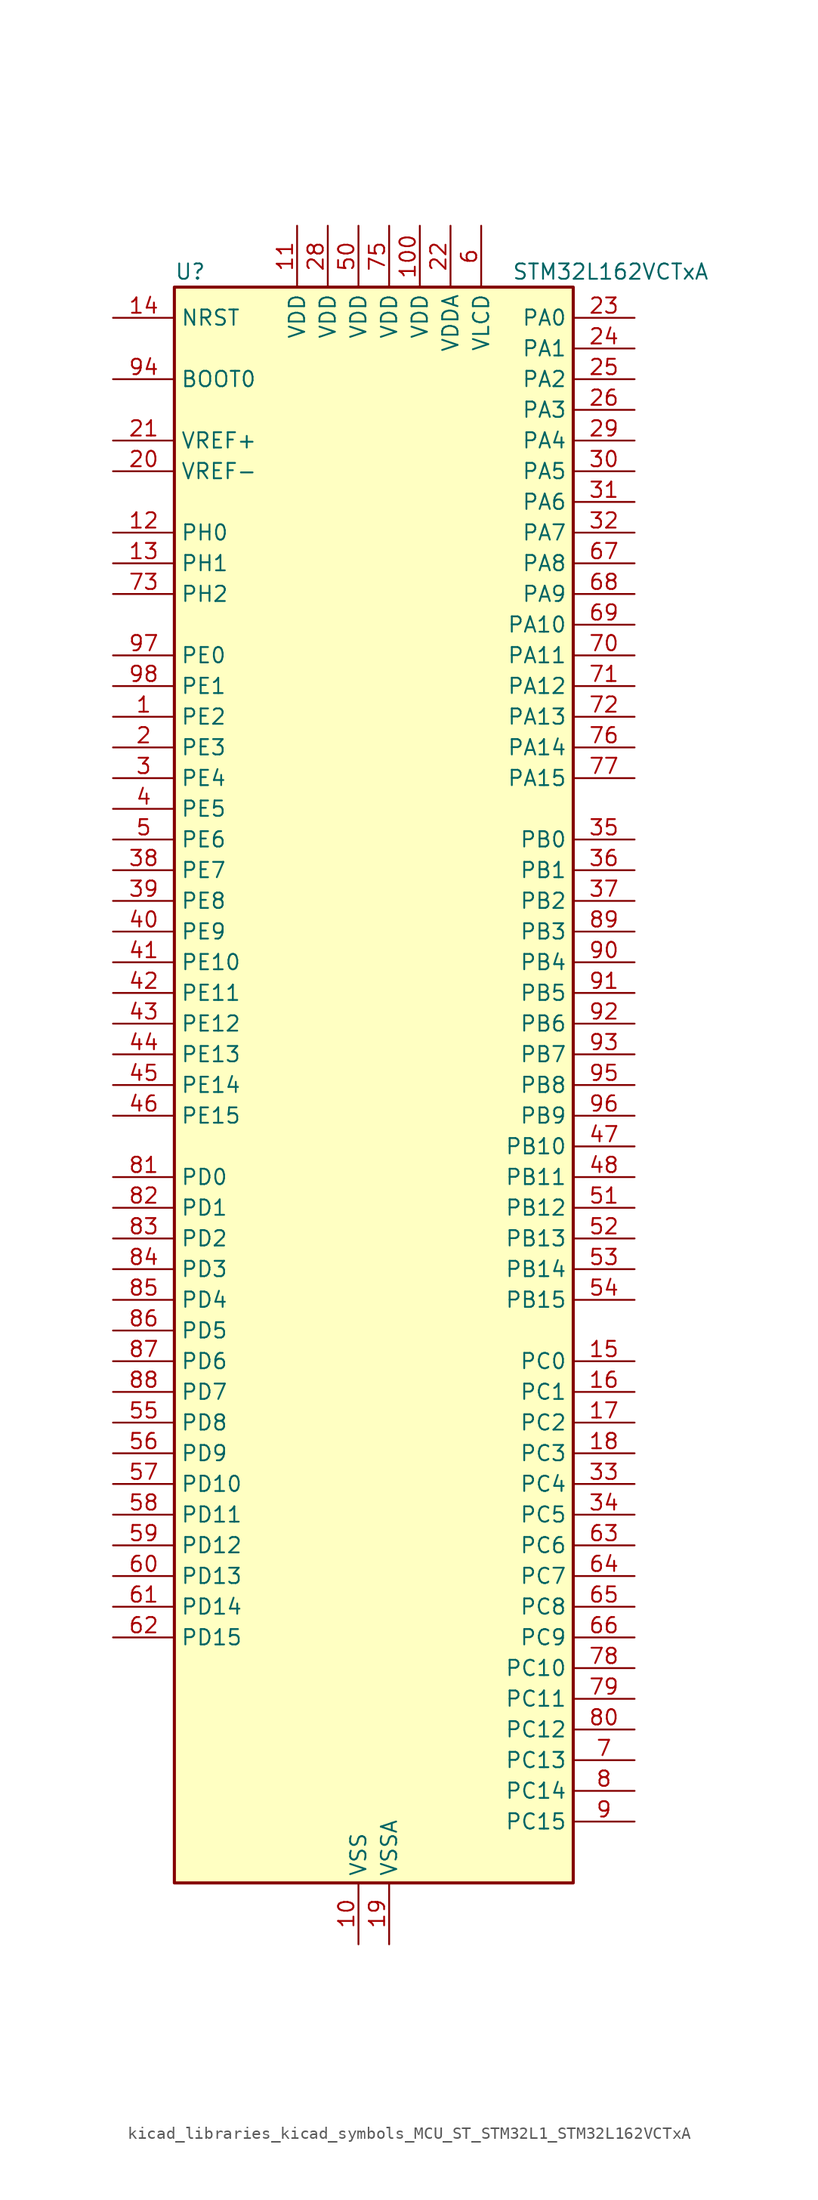
<source format=kicad_sym>
(kicad_symbol_lib
  (version 20220914)
  (generator kicad_symbol_editor)
  (symbol "kicad_libraries_kicad_symbols_MCU_ST_STM32L1_STM32L162VCTxA"
    (property "Reference" "U"
      (at -15.24 67.31 0)
      (effects (font (size 1.27 1.27)) (justify left)))
    (property "Value" "STM32L162VCTxA"
      (at 12.7 67.31 0)
      (effects (font (size 1.27 1.27)) (justify left)))
    (property "ki_locked" ""
      (at 0 0 0)
      (effects (font (size 1.27 1.27))))
    (symbol "kicad_libraries_kicad_symbols_MCU_ST_STM32L1_STM32L162VCTxA_0_1"
      (rectangle (start -15.24 -66.04) (end 17.78 66.04) (stroke (width 0.254) (type default)) (fill (type background))))
    (symbol "kicad_libraries_kicad_symbols_MCU_ST_STM32L1_STM32L162VCTxA_1_1"
      (pin bidirectional line (at -20.32 30.48 0) (length 5.08) (name "PE2" (effects (font (size 1.27 1.27)))) (number "1" (effects (font (size 1.27 1.27)))) (alternate "LCD_SEG38" bidirectional line) (alternate "SYS_TRACECK" bidirectional line) (alternate "TIM3_ETR" bidirectional line) (alternate "TIMX_IC3" bidirectional line))
      (pin power_in line (at 0 -71.12 90) (length 5.08) (name "VSS" (effects (font (size 1.27 1.27)))) (number "10" (effects (font (size 1.27 1.27)))))
      (pin power_in line (at 5.08 71.12 270) (length 5.08) (name "VDD" (effects (font (size 1.27 1.27)))) (number "100" (effects (font (size 1.27 1.27)))))
      (pin power_in line (at -5.08 71.12 270) (length 5.08) (name "VDD" (effects (font (size 1.27 1.27)))) (number "11" (effects (font (size 1.27 1.27)))))
      (pin bidirectional line (at -20.32 45.72 0) (length 5.08) (name "PH0" (effects (font (size 1.27 1.27)))) (number "12" (effects (font (size 1.27 1.27)))) (alternate "RCC_OSC_IN" bidirectional line))
      (pin bidirectional line (at -20.32 43.18 0) (length 5.08) (name "PH1" (effects (font (size 1.27 1.27)))) (number "13" (effects (font (size 1.27 1.27)))) (alternate "RCC_OSC_OUT" bidirectional line))
      (pin input line (at -20.32 63.5 0) (length 5.08) (name "NRST" (effects (font (size 1.27 1.27)))) (number "14" (effects (font (size 1.27 1.27)))))
      (pin bidirectional line (at 22.86 -22.86 180) (length 5.08) (name "PC0" (effects (font (size 1.27 1.27)))) (number "15" (effects (font (size 1.27 1.27)))) (alternate "ADC_IN10" bidirectional line) (alternate "COMP1_INP" bidirectional line) (alternate "LCD_SEG18" bidirectional line) (alternate "TIMX_IC1" bidirectional line) (alternate "TS_G8_IO1" bidirectional line))
      (pin bidirectional line (at 22.86 -25.4 180) (length 5.08) (name "PC1" (effects (font (size 1.27 1.27)))) (number "16" (effects (font (size 1.27 1.27)))) (alternate "ADC_IN11" bidirectional line) (alternate "COMP1_INP" bidirectional line) (alternate "LCD_SEG19" bidirectional line) (alternate "TIMX_IC2" bidirectional line) (alternate "TS_G8_IO2" bidirectional line))
      (pin bidirectional line (at 22.86 -27.94 180) (length 5.08) (name "PC2" (effects (font (size 1.27 1.27)))) (number "17" (effects (font (size 1.27 1.27)))) (alternate "ADC_IN12" bidirectional line) (alternate "COMP1_INP" bidirectional line) (alternate "LCD_SEG20" bidirectional line) (alternate "TIMX_IC3" bidirectional line) (alternate "TS_G8_IO3" bidirectional line))
      (pin bidirectional line (at 22.86 -30.48 180) (length 5.08) (name "PC3" (effects (font (size 1.27 1.27)))) (number "18" (effects (font (size 1.27 1.27)))) (alternate "ADC_IN13" bidirectional line) (alternate "COMP1_INP" bidirectional line) (alternate "LCD_SEG21" bidirectional line) (alternate "TIMX_IC4" bidirectional line) (alternate "TS_G8_IO4" bidirectional line))
      (pin power_in line (at 2.54 -71.12 90) (length 5.08) (name "VSSA" (effects (font (size 1.27 1.27)))) (number "19" (effects (font (size 1.27 1.27)))))
      (pin bidirectional line (at -20.32 27.94 0) (length 5.08) (name "PE3" (effects (font (size 1.27 1.27)))) (number "2" (effects (font (size 1.27 1.27)))) (alternate "LCD_SEG39" bidirectional line) (alternate "SYS_TRACED0" bidirectional line) (alternate "TIM3_CH1" bidirectional line) (alternate "TIMX_IC4" bidirectional line))
      (pin input line (at -20.32 50.8 0) (length 5.08) (name "VREF-" (effects (font (size 1.27 1.27)))) (number "20" (effects (font (size 1.27 1.27)))))
      (pin input line (at -20.32 53.34 0) (length 5.08) (name "VREF+" (effects (font (size 1.27 1.27)))) (number "21" (effects (font (size 1.27 1.27)))))
      (pin power_in line (at 7.62 71.12 270) (length 5.08) (name "VDDA" (effects (font (size 1.27 1.27)))) (number "22" (effects (font (size 1.27 1.27)))))
      (pin bidirectional line (at 22.86 63.5 180) (length 5.08) (name "PA0" (effects (font (size 1.27 1.27)))) (number "23" (effects (font (size 1.27 1.27)))) (alternate "ADC_IN0" bidirectional line) (alternate "COMP1_INP" bidirectional line) (alternate "RTC_TAMP2" bidirectional line) (alternate "SYS_WKUP1" bidirectional line) (alternate "TIM2_CH1" bidirectional line) (alternate "TIM2_ETR" bidirectional line) (alternate "TIM5_CH1" bidirectional line) (alternate "TIMX_IC1" bidirectional line) (alternate "TS_G1_IO1" bidirectional line) (alternate "USART2_CTS" bidirectional line))
      (pin bidirectional line (at 22.86 60.96 180) (length 5.08) (name "PA1" (effects (font (size 1.27 1.27)))) (number "24" (effects (font (size 1.27 1.27)))) (alternate "ADC_IN1" bidirectional line) (alternate "COMP1_INP" bidirectional line) (alternate "LCD_SEG0" bidirectional line) (alternate "OPAMP1_VINP" bidirectional line) (alternate "TIM2_CH2" bidirectional line) (alternate "TIM5_CH2" bidirectional line) (alternate "TIMX_IC2" bidirectional line) (alternate "TS_G1_IO2" bidirectional line) (alternate "USART2_RTS" bidirectional line))
      (pin bidirectional line (at 22.86 58.42 180) (length 5.08) (name "PA2" (effects (font (size 1.27 1.27)))) (number "25" (effects (font (size 1.27 1.27)))) (alternate "ADC_IN2" bidirectional line) (alternate "COMP1_INP" bidirectional line) (alternate "LCD_SEG1" bidirectional line) (alternate "OPAMP1_VINM" bidirectional line) (alternate "TIM2_CH3" bidirectional line) (alternate "TIM5_CH3" bidirectional line) (alternate "TIM9_CH1" bidirectional line) (alternate "TIMX_IC3" bidirectional line) (alternate "TS_G1_IO3" bidirectional line) (alternate "USART2_TX" bidirectional line))
      (pin bidirectional line (at 22.86 55.88 180) (length 5.08) (name "PA3" (effects (font (size 1.27 1.27)))) (number "26" (effects (font (size 1.27 1.27)))) (alternate "ADC_IN3" bidirectional line) (alternate "COMP1_INP" bidirectional line) (alternate "LCD_SEG2" bidirectional line) (alternate "OPAMP1_VOUT" bidirectional line) (alternate "TIM2_CH4" bidirectional line) (alternate "TIM5_CH4" bidirectional line) (alternate "TIM9_CH2" bidirectional line) (alternate "TIMX_IC4" bidirectional line) (alternate "TS_G1_IO4" bidirectional line) (alternate "USART2_RX" bidirectional line))
      (pin passive line (at 0 -71.12 90) (length 5.08) hide (name "VSS" (effects (font (size 1.27 1.27)))) (number "27" (effects (font (size 1.27 1.27)))))
      (pin power_in line (at -2.54 71.12 270) (length 5.08) (name "VDD" (effects (font (size 1.27 1.27)))) (number "28" (effects (font (size 1.27 1.27)))))
      (pin bidirectional line (at 22.86 53.34 180) (length 5.08) (name "PA4" (effects (font (size 1.27 1.27)))) (number "29" (effects (font (size 1.27 1.27)))) (alternate "ADC_IN4" bidirectional line) (alternate "COMP1_INP" bidirectional line) (alternate "DAC_OUT1" bidirectional line) (alternate "I2S3_WS" bidirectional line) (alternate "SPI1_NSS" bidirectional line) (alternate "SPI3_NSS" bidirectional line) (alternate "TIMX_IC1" bidirectional line) (alternate "USART2_CK" bidirectional line))
      (pin bidirectional line (at -20.32 25.4 0) (length 5.08) (name "PE4" (effects (font (size 1.27 1.27)))) (number "3" (effects (font (size 1.27 1.27)))) (alternate "SYS_TRACED1" bidirectional line) (alternate "TIM3_CH2" bidirectional line) (alternate "TIMX_IC1" bidirectional line))
      (pin bidirectional line (at 22.86 50.8 180) (length 5.08) (name "PA5" (effects (font (size 1.27 1.27)))) (number "30" (effects (font (size 1.27 1.27)))) (alternate "ADC_IN5" bidirectional line) (alternate "COMP1_INP" bidirectional line) (alternate "DAC_OUT2" bidirectional line) (alternate "SPI1_SCK" bidirectional line) (alternate "TIM2_CH1" bidirectional line) (alternate "TIM2_ETR" bidirectional line) (alternate "TIMX_IC2" bidirectional line))
      (pin bidirectional line (at 22.86 48.26 180) (length 5.08) (name "PA6" (effects (font (size 1.27 1.27)))) (number "31" (effects (font (size 1.27 1.27)))) (alternate "ADC_IN6" bidirectional line) (alternate "COMP1_INP" bidirectional line) (alternate "LCD_SEG3" bidirectional line) (alternate "OPAMP2_VINP" bidirectional line) (alternate "SPI1_MISO" bidirectional line) (alternate "TIM10_CH1" bidirectional line) (alternate "TIM3_CH1" bidirectional line) (alternate "TIMX_IC3" bidirectional line) (alternate "TS_G2_IO1" bidirectional line))
      (pin bidirectional line (at 22.86 45.72 180) (length 5.08) (name "PA7" (effects (font (size 1.27 1.27)))) (number "32" (effects (font (size 1.27 1.27)))) (alternate "ADC_IN7" bidirectional line) (alternate "COMP1_INP" bidirectional line) (alternate "LCD_SEG4" bidirectional line) (alternate "OPAMP2_VINM" bidirectional line) (alternate "SPI1_MOSI" bidirectional line) (alternate "TIM11_CH1" bidirectional line) (alternate "TIM3_CH2" bidirectional line) (alternate "TIMX_IC4" bidirectional line) (alternate "TS_G2_IO2" bidirectional line))
      (pin bidirectional line (at 22.86 -33.02 180) (length 5.08) (name "PC4" (effects (font (size 1.27 1.27)))) (number "33" (effects (font (size 1.27 1.27)))) (alternate "ADC_IN14" bidirectional line) (alternate "COMP1_INP" bidirectional line) (alternate "LCD_SEG22" bidirectional line) (alternate "TIMX_IC1" bidirectional line) (alternate "TS_G9_IO1" bidirectional line))
      (pin bidirectional line (at 22.86 -35.56 180) (length 5.08) (name "PC5" (effects (font (size 1.27 1.27)))) (number "34" (effects (font (size 1.27 1.27)))) (alternate "ADC_IN15" bidirectional line) (alternate "COMP1_INP" bidirectional line) (alternate "LCD_SEG23" bidirectional line) (alternate "TIMX_IC2" bidirectional line) (alternate "TS_G9_IO2" bidirectional line))
      (pin bidirectional line (at 22.86 20.32 180) (length 5.08) (name "PB0" (effects (font (size 1.27 1.27)))) (number "35" (effects (font (size 1.27 1.27)))) (alternate "ADC_IN8" bidirectional line) (alternate "COMP1_INP" bidirectional line) (alternate "LCD_SEG5" bidirectional line) (alternate "OPAMP2_VOUT" bidirectional line) (alternate "SYS_V_REF_OUT" bidirectional line) (alternate "TIM3_CH3" bidirectional line) (alternate "TS_G3_IO1" bidirectional line))
      (pin bidirectional line (at 22.86 17.78 180) (length 5.08) (name "PB1" (effects (font (size 1.27 1.27)))) (number "36" (effects (font (size 1.27 1.27)))) (alternate "ADC_IN9" bidirectional line) (alternate "COMP1_INP" bidirectional line) (alternate "LCD_SEG6" bidirectional line) (alternate "SYS_V_REF_OUT" bidirectional line) (alternate "TIM3_CH4" bidirectional line) (alternate "TS_G3_IO2" bidirectional line))
      (pin bidirectional line (at 22.86 15.24 180) (length 5.08) (name "PB2" (effects (font (size 1.27 1.27)))) (number "37" (effects (font (size 1.27 1.27)))) (alternate "TS_G3_IO3" bidirectional line))
      (pin bidirectional line (at -20.32 17.78 0) (length 5.08) (name "PE7" (effects (font (size 1.27 1.27)))) (number "38" (effects (font (size 1.27 1.27)))) (alternate "ADC_IN22" bidirectional line) (alternate "COMP1_INP" bidirectional line) (alternate "TIMX_IC4" bidirectional line))
      (pin bidirectional line (at -20.32 15.24 0) (length 5.08) (name "PE8" (effects (font (size 1.27 1.27)))) (number "39" (effects (font (size 1.27 1.27)))) (alternate "ADC_IN23" bidirectional line) (alternate "COMP1_INP" bidirectional line) (alternate "TIMX_IC1" bidirectional line))
      (pin bidirectional line (at -20.32 22.86 0) (length 5.08) (name "PE5" (effects (font (size 1.27 1.27)))) (number "4" (effects (font (size 1.27 1.27)))) (alternate "SYS_TRACED2" bidirectional line) (alternate "TIM9_CH1" bidirectional line) (alternate "TIMX_IC2" bidirectional line))
      (pin bidirectional line (at -20.32 12.7 0) (length 5.08) (name "PE9" (effects (font (size 1.27 1.27)))) (number "40" (effects (font (size 1.27 1.27)))) (alternate "ADC_IN24" bidirectional line) (alternate "COMP1_INP" bidirectional line) (alternate "DAC_EXTI9" bidirectional line) (alternate "TIM2_CH1" bidirectional line) (alternate "TIM2_ETR" bidirectional line) (alternate "TIMX_IC2" bidirectional line))
      (pin bidirectional line (at -20.32 10.16 0) (length 5.08) (name "PE10" (effects (font (size 1.27 1.27)))) (number "41" (effects (font (size 1.27 1.27)))) (alternate "ADC_IN25" bidirectional line) (alternate "COMP1_INP" bidirectional line) (alternate "TIM2_CH2" bidirectional line) (alternate "TIMX_IC3" bidirectional line))
      (pin bidirectional line (at -20.32 7.62 0) (length 5.08) (name "PE11" (effects (font (size 1.27 1.27)))) (number "42" (effects (font (size 1.27 1.27)))) (alternate "ADC_EXTI11" bidirectional line) (alternate "TIM2_CH3" bidirectional line) (alternate "TIMX_IC4" bidirectional line))
      (pin bidirectional line (at -20.32 5.08 0) (length 5.08) (name "PE12" (effects (font (size 1.27 1.27)))) (number "43" (effects (font (size 1.27 1.27)))) (alternate "SPI1_NSS" bidirectional line) (alternate "TIM2_CH4" bidirectional line) (alternate "TIMX_IC1" bidirectional line))
      (pin bidirectional line (at -20.32 2.54 0) (length 5.08) (name "PE13" (effects (font (size 1.27 1.27)))) (number "44" (effects (font (size 1.27 1.27)))) (alternate "SPI1_SCK" bidirectional line) (alternate "TIMX_IC2" bidirectional line))
      (pin bidirectional line (at -20.32 0 0) (length 5.08) (name "PE14" (effects (font (size 1.27 1.27)))) (number "45" (effects (font (size 1.27 1.27)))) (alternate "SPI1_MISO" bidirectional line) (alternate "TIMX_IC3" bidirectional line))
      (pin bidirectional line (at -20.32 -2.54 0) (length 5.08) (name "PE15" (effects (font (size 1.27 1.27)))) (number "46" (effects (font (size 1.27 1.27)))) (alternate "ADC_EXTI15" bidirectional line) (alternate "SPI1_MOSI" bidirectional line) (alternate "TIMX_IC4" bidirectional line))
      (pin bidirectional line (at 22.86 -5.08 180) (length 5.08) (name "PB10" (effects (font (size 1.27 1.27)))) (number "47" (effects (font (size 1.27 1.27)))) (alternate "I2C2_SCL" bidirectional line) (alternate "LCD_SEG10" bidirectional line) (alternate "TIM2_CH3" bidirectional line) (alternate "USART3_TX" bidirectional line))
      (pin bidirectional line (at 22.86 -7.62 180) (length 5.08) (name "PB11" (effects (font (size 1.27 1.27)))) (number "48" (effects (font (size 1.27 1.27)))) (alternate "ADC_EXTI11" bidirectional line) (alternate "I2C2_SDA" bidirectional line) (alternate "LCD_SEG11" bidirectional line) (alternate "TIM2_CH4" bidirectional line) (alternate "USART3_RX" bidirectional line))
      (pin passive line (at 0 -71.12 90) (length 5.08) hide (name "VSS" (effects (font (size 1.27 1.27)))) (number "49" (effects (font (size 1.27 1.27)))))
      (pin bidirectional line (at -20.32 20.32 0) (length 5.08) (name "PE6" (effects (font (size 1.27 1.27)))) (number "5" (effects (font (size 1.27 1.27)))) (alternate "RTC_TAMP3" bidirectional line) (alternate "SYS_TRACED3" bidirectional line) (alternate "SYS_WKUP3" bidirectional line) (alternate "TIM9_CH2" bidirectional line) (alternate "TIMX_IC3" bidirectional line))
      (pin power_in line (at 0 71.12 270) (length 5.08) (name "VDD" (effects (font (size 1.27 1.27)))) (number "50" (effects (font (size 1.27 1.27)))))
      (pin bidirectional line (at 22.86 -10.16 180) (length 5.08) (name "PB12" (effects (font (size 1.27 1.27)))) (number "51" (effects (font (size 1.27 1.27)))) (alternate "ADC_IN18" bidirectional line) (alternate "COMP1_INP" bidirectional line) (alternate "I2C2_SMBA" bidirectional line) (alternate "I2S2_WS" bidirectional line) (alternate "LCD_SEG12" bidirectional line) (alternate "SPI2_NSS" bidirectional line) (alternate "TIM10_CH1" bidirectional line) (alternate "TS_G7_IO1" bidirectional line) (alternate "USART3_CK" bidirectional line))
      (pin bidirectional line (at 22.86 -12.7 180) (length 5.08) (name "PB13" (effects (font (size 1.27 1.27)))) (number "52" (effects (font (size 1.27 1.27)))) (alternate "ADC_IN19" bidirectional line) (alternate "COMP1_INP" bidirectional line) (alternate "I2S2_CK" bidirectional line) (alternate "LCD_SEG13" bidirectional line) (alternate "SPI2_SCK" bidirectional line) (alternate "TIM9_CH1" bidirectional line) (alternate "TS_G7_IO2" bidirectional line) (alternate "USART3_CTS" bidirectional line))
      (pin bidirectional line (at 22.86 -15.24 180) (length 5.08) (name "PB14" (effects (font (size 1.27 1.27)))) (number "53" (effects (font (size 1.27 1.27)))) (alternate "ADC_IN20" bidirectional line) (alternate "COMP1_INP" bidirectional line) (alternate "LCD_SEG14" bidirectional line) (alternate "SPI2_MISO" bidirectional line) (alternate "TIM9_CH2" bidirectional line) (alternate "TS_G7_IO3" bidirectional line) (alternate "USART3_RTS" bidirectional line))
      (pin bidirectional line (at 22.86 -17.78 180) (length 5.08) (name "PB15" (effects (font (size 1.27 1.27)))) (number "54" (effects (font (size 1.27 1.27)))) (alternate "ADC_EXTI15" bidirectional line) (alternate "ADC_IN21" bidirectional line) (alternate "COMP1_INP" bidirectional line) (alternate "I2S2_SD" bidirectional line) (alternate "LCD_SEG15" bidirectional line) (alternate "RTC_REFIN" bidirectional line) (alternate "SPI2_MOSI" bidirectional line) (alternate "TIM11_CH1" bidirectional line) (alternate "TS_G7_IO4" bidirectional line))
      (pin bidirectional line (at -20.32 -27.94 0) (length 5.08) (name "PD8" (effects (font (size 1.27 1.27)))) (number "55" (effects (font (size 1.27 1.27)))) (alternate "LCD_SEG28" bidirectional line) (alternate "TIMX_IC1" bidirectional line) (alternate "USART3_TX" bidirectional line))
      (pin bidirectional line (at -20.32 -30.48 0) (length 5.08) (name "PD9" (effects (font (size 1.27 1.27)))) (number "56" (effects (font (size 1.27 1.27)))) (alternate "DAC_EXTI9" bidirectional line) (alternate "LCD_SEG29" bidirectional line) (alternate "TIMX_IC2" bidirectional line) (alternate "USART3_RX" bidirectional line))
      (pin bidirectional line (at -20.32 -33.02 0) (length 5.08) (name "PD10" (effects (font (size 1.27 1.27)))) (number "57" (effects (font (size 1.27 1.27)))) (alternate "LCD_SEG30" bidirectional line) (alternate "TIMX_IC3" bidirectional line) (alternate "USART3_CK" bidirectional line))
      (pin bidirectional line (at -20.32 -35.56 0) (length 5.08) (name "PD11" (effects (font (size 1.27 1.27)))) (number "58" (effects (font (size 1.27 1.27)))) (alternate "ADC_EXTI11" bidirectional line) (alternate "LCD_SEG31" bidirectional line) (alternate "TIMX_IC4" bidirectional line) (alternate "USART3_CTS" bidirectional line))
      (pin bidirectional line (at -20.32 -38.1 0) (length 5.08) (name "PD12" (effects (font (size 1.27 1.27)))) (number "59" (effects (font (size 1.27 1.27)))) (alternate "LCD_SEG32" bidirectional line) (alternate "TIM4_CH1" bidirectional line) (alternate "TIMX_IC1" bidirectional line) (alternate "USART3_RTS" bidirectional line))
      (pin power_in line (at 10.16 71.12 270) (length 5.08) (name "VLCD" (effects (font (size 1.27 1.27)))) (number "6" (effects (font (size 1.27 1.27)))))
      (pin bidirectional line (at -20.32 -40.64 0) (length 5.08) (name "PD13" (effects (font (size 1.27 1.27)))) (number "60" (effects (font (size 1.27 1.27)))) (alternate "LCD_SEG33" bidirectional line) (alternate "TIM4_CH2" bidirectional line) (alternate "TIMX_IC2" bidirectional line))
      (pin bidirectional line (at -20.32 -43.18 0) (length 5.08) (name "PD14" (effects (font (size 1.27 1.27)))) (number "61" (effects (font (size 1.27 1.27)))) (alternate "LCD_SEG34" bidirectional line) (alternate "TIM4_CH3" bidirectional line) (alternate "TIMX_IC3" bidirectional line))
      (pin bidirectional line (at -20.32 -45.72 0) (length 5.08) (name "PD15" (effects (font (size 1.27 1.27)))) (number "62" (effects (font (size 1.27 1.27)))) (alternate "ADC_EXTI15" bidirectional line) (alternate "LCD_SEG35" bidirectional line) (alternate "TIM4_CH4" bidirectional line) (alternate "TIMX_IC4" bidirectional line))
      (pin bidirectional line (at 22.86 -38.1 180) (length 5.08) (name "PC6" (effects (font (size 1.27 1.27)))) (number "63" (effects (font (size 1.27 1.27)))) (alternate "I2S2_MCK" bidirectional line) (alternate "LCD_SEG24" bidirectional line) (alternate "TIM3_CH1" bidirectional line) (alternate "TIMX_IC3" bidirectional line) (alternate "TS_G10_IO1" bidirectional line))
      (pin bidirectional line (at 22.86 -40.64 180) (length 5.08) (name "PC7" (effects (font (size 1.27 1.27)))) (number "64" (effects (font (size 1.27 1.27)))) (alternate "I2S3_MCK" bidirectional line) (alternate "LCD_SEG25" bidirectional line) (alternate "TIM3_CH2" bidirectional line) (alternate "TIMX_IC4" bidirectional line) (alternate "TS_G10_IO2" bidirectional line))
      (pin bidirectional line (at 22.86 -43.18 180) (length 5.08) (name "PC8" (effects (font (size 1.27 1.27)))) (number "65" (effects (font (size 1.27 1.27)))) (alternate "LCD_SEG26" bidirectional line) (alternate "TIM3_CH3" bidirectional line) (alternate "TIMX_IC1" bidirectional line) (alternate "TS_G10_IO3" bidirectional line))
      (pin bidirectional line (at 22.86 -45.72 180) (length 5.08) (name "PC9" (effects (font (size 1.27 1.27)))) (number "66" (effects (font (size 1.27 1.27)))) (alternate "DAC_EXTI9" bidirectional line) (alternate "LCD_SEG27" bidirectional line) (alternate "TIM3_CH4" bidirectional line) (alternate "TIMX_IC2" bidirectional line) (alternate "TS_G10_IO4" bidirectional line))
      (pin bidirectional line (at 22.86 43.18 180) (length 5.08) (name "PA8" (effects (font (size 1.27 1.27)))) (number "67" (effects (font (size 1.27 1.27)))) (alternate "LCD_COM0" bidirectional line) (alternate "RCC_MCO" bidirectional line) (alternate "TIMX_IC1" bidirectional line) (alternate "TS_G4_IO1" bidirectional line) (alternate "USART1_CK" bidirectional line))
      (pin bidirectional line (at 22.86 40.64 180) (length 5.08) (name "PA9" (effects (font (size 1.27 1.27)))) (number "68" (effects (font (size 1.27 1.27)))) (alternate "DAC_EXTI9" bidirectional line) (alternate "LCD_COM1" bidirectional line) (alternate "TIMX_IC2" bidirectional line) (alternate "TS_G4_IO2" bidirectional line) (alternate "USART1_TX" bidirectional line))
      (pin bidirectional line (at 22.86 38.1 180) (length 5.08) (name "PA10" (effects (font (size 1.27 1.27)))) (number "69" (effects (font (size 1.27 1.27)))) (alternate "LCD_COM2" bidirectional line) (alternate "TIMX_IC3" bidirectional line) (alternate "TS_G4_IO3" bidirectional line) (alternate "USART1_RX" bidirectional line))
      (pin bidirectional line (at 22.86 -55.88 180) (length 5.08) (name "PC13" (effects (font (size 1.27 1.27)))) (number "7" (effects (font (size 1.27 1.27)))) (alternate "RTC_OUT_ALARM" bidirectional line) (alternate "RTC_OUT_CALIB" bidirectional line) (alternate "RTC_TAMP1" bidirectional line) (alternate "RTC_TS" bidirectional line) (alternate "SYS_WKUP2" bidirectional line) (alternate "TIMX_IC2" bidirectional line))
      (pin bidirectional line (at 22.86 35.56 180) (length 5.08) (name "PA11" (effects (font (size 1.27 1.27)))) (number "70" (effects (font (size 1.27 1.27)))) (alternate "ADC_EXTI11" bidirectional line) (alternate "SPI1_MISO" bidirectional line) (alternate "TIMX_IC4" bidirectional line) (alternate "USART1_CTS" bidirectional line) (alternate "USB_DM" bidirectional line))
      (pin bidirectional line (at 22.86 33.02 180) (length 5.08) (name "PA12" (effects (font (size 1.27 1.27)))) (number "71" (effects (font (size 1.27 1.27)))) (alternate "SPI1_MOSI" bidirectional line) (alternate "TIMX_IC1" bidirectional line) (alternate "USART1_RTS" bidirectional line) (alternate "USB_DP" bidirectional line))
      (pin bidirectional line (at 22.86 30.48 180) (length 5.08) (name "PA13" (effects (font (size 1.27 1.27)))) (number "72" (effects (font (size 1.27 1.27)))) (alternate "SYS_JTMS-SWDIO" bidirectional line) (alternate "TIMX_IC2" bidirectional line) (alternate "TS_G5_IO1" bidirectional line))
      (pin bidirectional line (at -20.32 40.64 0) (length 5.08) (name "PH2" (effects (font (size 1.27 1.27)))) (number "73" (effects (font (size 1.27 1.27)))))
      (pin passive line (at 0 -71.12 90) (length 5.08) hide (name "VSS" (effects (font (size 1.27 1.27)))) (number "74" (effects (font (size 1.27 1.27)))))
      (pin power_in line (at 2.54 71.12 270) (length 5.08) (name "VDD" (effects (font (size 1.27 1.27)))) (number "75" (effects (font (size 1.27 1.27)))))
      (pin bidirectional line (at 22.86 27.94 180) (length 5.08) (name "PA14" (effects (font (size 1.27 1.27)))) (number "76" (effects (font (size 1.27 1.27)))) (alternate "SYS_JTCK-SWCLK" bidirectional line) (alternate "TIMX_IC3" bidirectional line) (alternate "TS_G5_IO2" bidirectional line))
      (pin bidirectional line (at 22.86 25.4 180) (length 5.08) (name "PA15" (effects (font (size 1.27 1.27)))) (number "77" (effects (font (size 1.27 1.27)))) (alternate "ADC_EXTI15" bidirectional line) (alternate "I2S3_WS" bidirectional line) (alternate "LCD_SEG17" bidirectional line) (alternate "SPI1_NSS" bidirectional line) (alternate "SPI3_NSS" bidirectional line) (alternate "SYS_JTDI" bidirectional line) (alternate "TIM2_CH1" bidirectional line) (alternate "TIM2_ETR" bidirectional line) (alternate "TIMX_IC4" bidirectional line) (alternate "TS_G5_IO3" bidirectional line))
      (pin bidirectional line (at 22.86 -48.26 180) (length 5.08) (name "PC10" (effects (font (size 1.27 1.27)))) (number "78" (effects (font (size 1.27 1.27)))) (alternate "I2S3_CK" bidirectional line) (alternate "LCD_COM4" bidirectional line) (alternate "LCD_SEG28" bidirectional line) (alternate "LCD_SEG40" bidirectional line) (alternate "SPI3_SCK" bidirectional line) (alternate "TIMX_IC3" bidirectional line) (alternate "USART3_TX" bidirectional line))
      (pin bidirectional line (at 22.86 -50.8 180) (length 5.08) (name "PC11" (effects (font (size 1.27 1.27)))) (number "79" (effects (font (size 1.27 1.27)))) (alternate "ADC_EXTI11" bidirectional line) (alternate "LCD_COM5" bidirectional line) (alternate "LCD_SEG29" bidirectional line) (alternate "LCD_SEG41" bidirectional line) (alternate "SPI3_MISO" bidirectional line) (alternate "TIMX_IC4" bidirectional line) (alternate "USART3_RX" bidirectional line))
      (pin bidirectional line (at 22.86 -58.42 180) (length 5.08) (name "PC14" (effects (font (size 1.27 1.27)))) (number "8" (effects (font (size 1.27 1.27)))) (alternate "RCC_OSC32_IN" bidirectional line) (alternate "TIMX_IC3" bidirectional line))
      (pin bidirectional line (at 22.86 -53.34 180) (length 5.08) (name "PC12" (effects (font (size 1.27 1.27)))) (number "80" (effects (font (size 1.27 1.27)))) (alternate "I2S3_SD" bidirectional line) (alternate "LCD_COM6" bidirectional line) (alternate "LCD_SEG30" bidirectional line) (alternate "LCD_SEG42" bidirectional line) (alternate "SPI3_MOSI" bidirectional line) (alternate "TIMX_IC1" bidirectional line) (alternate "USART3_CK" bidirectional line))
      (pin bidirectional line (at -20.32 -7.62 0) (length 5.08) (name "PD0" (effects (font (size 1.27 1.27)))) (number "81" (effects (font (size 1.27 1.27)))) (alternate "I2S2_WS" bidirectional line) (alternate "SPI2_NSS" bidirectional line) (alternate "TIM9_CH1" bidirectional line) (alternate "TIMX_IC1" bidirectional line))
      (pin bidirectional line (at -20.32 -10.16 0) (length 5.08) (name "PD1" (effects (font (size 1.27 1.27)))) (number "82" (effects (font (size 1.27 1.27)))) (alternate "I2S2_CK" bidirectional line) (alternate "SPI2_SCK" bidirectional line) (alternate "TIMX_IC2" bidirectional line))
      (pin bidirectional line (at -20.32 -12.7 0) (length 5.08) (name "PD2" (effects (font (size 1.27 1.27)))) (number "83" (effects (font (size 1.27 1.27)))) (alternate "LCD_COM7" bidirectional line) (alternate "LCD_SEG31" bidirectional line) (alternate "LCD_SEG43" bidirectional line) (alternate "TIM3_ETR" bidirectional line) (alternate "TIMX_IC3" bidirectional line))
      (pin bidirectional line (at -20.32 -15.24 0) (length 5.08) (name "PD3" (effects (font (size 1.27 1.27)))) (number "84" (effects (font (size 1.27 1.27)))) (alternate "SPI2_MISO" bidirectional line) (alternate "TIMX_IC4" bidirectional line) (alternate "USART2_CTS" bidirectional line))
      (pin bidirectional line (at -20.32 -17.78 0) (length 5.08) (name "PD4" (effects (font (size 1.27 1.27)))) (number "85" (effects (font (size 1.27 1.27)))) (alternate "I2S2_SD" bidirectional line) (alternate "SPI2_MOSI" bidirectional line) (alternate "TIMX_IC1" bidirectional line) (alternate "USART2_RTS" bidirectional line))
      (pin bidirectional line (at -20.32 -20.32 0) (length 5.08) (name "PD5" (effects (font (size 1.27 1.27)))) (number "86" (effects (font (size 1.27 1.27)))) (alternate "TIMX_IC2" bidirectional line) (alternate "USART2_TX" bidirectional line))
      (pin bidirectional line (at -20.32 -22.86 0) (length 5.08) (name "PD6" (effects (font (size 1.27 1.27)))) (number "87" (effects (font (size 1.27 1.27)))) (alternate "TIMX_IC3" bidirectional line) (alternate "USART2_RX" bidirectional line))
      (pin bidirectional line (at -20.32 -25.4 0) (length 5.08) (name "PD7" (effects (font (size 1.27 1.27)))) (number "88" (effects (font (size 1.27 1.27)))) (alternate "TIM9_CH2" bidirectional line) (alternate "TIMX_IC4" bidirectional line) (alternate "USART2_CK" bidirectional line))
      (pin bidirectional line (at 22.86 12.7 180) (length 5.08) (name "PB3" (effects (font (size 1.27 1.27)))) (number "89" (effects (font (size 1.27 1.27)))) (alternate "COMP2_INM" bidirectional line) (alternate "I2S3_CK" bidirectional line) (alternate "LCD_SEG7" bidirectional line) (alternate "SPI1_SCK" bidirectional line) (alternate "SPI3_SCK" bidirectional line) (alternate "SYS_JTDO-TRACESWO" bidirectional line) (alternate "TIM2_CH2" bidirectional line))
      (pin bidirectional line (at 22.86 -60.96 180) (length 5.08) (name "PC15" (effects (font (size 1.27 1.27)))) (number "9" (effects (font (size 1.27 1.27)))) (alternate "ADC_EXTI15" bidirectional line) (alternate "RCC_OSC32_OUT" bidirectional line) (alternate "TIMX_IC4" bidirectional line))
      (pin bidirectional line (at 22.86 10.16 180) (length 5.08) (name "PB4" (effects (font (size 1.27 1.27)))) (number "90" (effects (font (size 1.27 1.27)))) (alternate "COMP2_INP" bidirectional line) (alternate "LCD_SEG8" bidirectional line) (alternate "SPI1_MISO" bidirectional line) (alternate "SPI3_MISO" bidirectional line) (alternate "SYS_JTRST" bidirectional line) (alternate "TIM3_CH1" bidirectional line) (alternate "TS_G6_IO1" bidirectional line))
      (pin bidirectional line (at 22.86 7.62 180) (length 5.08) (name "PB5" (effects (font (size 1.27 1.27)))) (number "91" (effects (font (size 1.27 1.27)))) (alternate "COMP2_INP" bidirectional line) (alternate "I2C1_SMBA" bidirectional line) (alternate "I2S3_SD" bidirectional line) (alternate "LCD_SEG9" bidirectional line) (alternate "SPI1_MOSI" bidirectional line) (alternate "SPI3_MOSI" bidirectional line) (alternate "TIM3_CH2" bidirectional line) (alternate "TS_G6_IO2" bidirectional line))
      (pin bidirectional line (at 22.86 5.08 180) (length 5.08) (name "PB6" (effects (font (size 1.27 1.27)))) (number "92" (effects (font (size 1.27 1.27)))) (alternate "COMP2_INP" bidirectional line) (alternate "I2C1_SCL" bidirectional line) (alternate "TIM4_CH1" bidirectional line) (alternate "TS_G6_IO3" bidirectional line) (alternate "USART1_TX" bidirectional line))
      (pin bidirectional line (at 22.86 2.54 180) (length 5.08) (name "PB7" (effects (font (size 1.27 1.27)))) (number "93" (effects (font (size 1.27 1.27)))) (alternate "COMP2_INP" bidirectional line) (alternate "I2C1_SDA" bidirectional line) (alternate "SYS_PVD_IN" bidirectional line) (alternate "TIM4_CH2" bidirectional line) (alternate "TS_G6_IO4" bidirectional line) (alternate "USART1_RX" bidirectional line))
      (pin input line (at -20.32 58.42 0) (length 5.08) (name "BOOT0" (effects (font (size 1.27 1.27)))) (number "94" (effects (font (size 1.27 1.27)))))
      (pin bidirectional line (at 22.86 0 180) (length 5.08) (name "PB8" (effects (font (size 1.27 1.27)))) (number "95" (effects (font (size 1.27 1.27)))) (alternate "I2C1_SCL" bidirectional line) (alternate "LCD_SEG16" bidirectional line) (alternate "TIM10_CH1" bidirectional line) (alternate "TIM4_CH3" bidirectional line))
      (pin bidirectional line (at 22.86 -2.54 180) (length 5.08) (name "PB9" (effects (font (size 1.27 1.27)))) (number "96" (effects (font (size 1.27 1.27)))) (alternate "DAC_EXTI9" bidirectional line) (alternate "I2C1_SDA" bidirectional line) (alternate "LCD_COM3" bidirectional line) (alternate "TIM11_CH1" bidirectional line) (alternate "TIM4_CH4" bidirectional line))
      (pin bidirectional line (at -20.32 35.56 0) (length 5.08) (name "PE0" (effects (font (size 1.27 1.27)))) (number "97" (effects (font (size 1.27 1.27)))) (alternate "LCD_SEG36" bidirectional line) (alternate "TIM10_CH1" bidirectional line) (alternate "TIM4_ETR" bidirectional line) (alternate "TIMX_IC1" bidirectional line))
      (pin bidirectional line (at -20.32 33.02 0) (length 5.08) (name "PE1" (effects (font (size 1.27 1.27)))) (number "98" (effects (font (size 1.27 1.27)))) (alternate "LCD_SEG37" bidirectional line) (alternate "TIM11_CH1" bidirectional line) (alternate "TIMX_IC2" bidirectional line))
      (pin passive line (at 0 -71.12 90) (length 5.08) hide (name "VSS" (effects (font (size 1.27 1.27)))) (number "99" (effects (font (size 1.27 1.27))))))))
</source>
